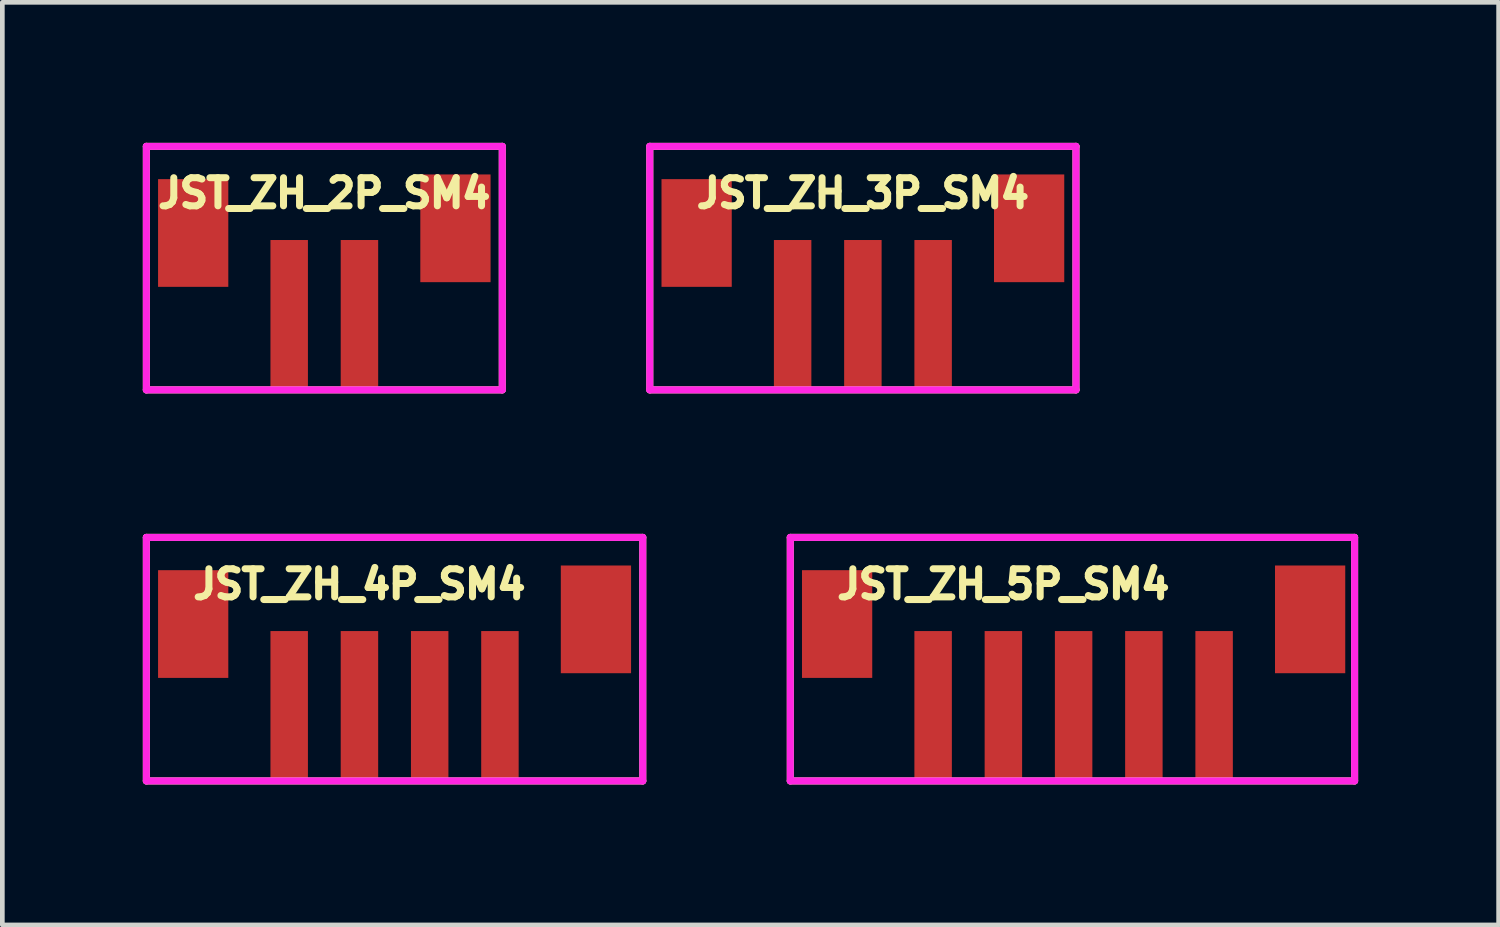
<source format=kicad_pcb>
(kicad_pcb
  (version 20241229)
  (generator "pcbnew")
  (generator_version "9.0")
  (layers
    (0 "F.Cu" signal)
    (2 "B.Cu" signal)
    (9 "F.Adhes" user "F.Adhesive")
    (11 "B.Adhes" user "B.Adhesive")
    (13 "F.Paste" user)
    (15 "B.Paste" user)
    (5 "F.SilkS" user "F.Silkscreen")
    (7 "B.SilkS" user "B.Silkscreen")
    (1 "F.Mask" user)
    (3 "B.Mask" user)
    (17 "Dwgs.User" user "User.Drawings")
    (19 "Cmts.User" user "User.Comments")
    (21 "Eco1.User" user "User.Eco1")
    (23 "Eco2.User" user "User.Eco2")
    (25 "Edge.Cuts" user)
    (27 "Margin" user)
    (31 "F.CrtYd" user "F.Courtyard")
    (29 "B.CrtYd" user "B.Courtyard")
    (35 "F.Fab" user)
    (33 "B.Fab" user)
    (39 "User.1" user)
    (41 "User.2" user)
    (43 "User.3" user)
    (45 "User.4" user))
  (footprint "JST_ZH_4P_SM4"
    (layer "F.Cu")
    (at 5.375 10.275)
    (property "Reference" "JST_ZH_4P_SM4" (at -0.75 -0.85 0) (layer "F.SilkS") (effects (font (size 0.6 0.6) (thickness 0.15))))
    (attr through_hole)
    (fp_line (start -5.3 -1.85) (end 5.3 -1.85) (stroke (width 0.15) (type solid)) (layer "F.SilkS"))
    (fp_line (start -5.3 3.35) (end -5.3 -1.85) (stroke (width 0.15) (type solid)) (layer "F.SilkS"))
    (fp_line (start 5.3 -1.85) (end 5.3 3.35) (stroke (width 0.15) (type solid)) (layer "F.SilkS"))
    (fp_line (start 5.3 3.35) (end -5.3 3.35) (stroke (width 0.15) (type solid)) (layer "F.SilkS"))
    (fp_line (start -5.3 -1.85) (end 5.3 -1.85) (stroke (width 0.15) (type solid)) (layer "F.CrtYd"))
    (fp_line (start -5.3 3.35) (end -5.3 -1.85) (stroke (width 0.15) (type solid)) (layer "F.CrtYd"))
    (fp_line (start 5.3 -1.85) (end 5.3 3.35) (stroke (width 0.15) (type solid)) (layer "F.CrtYd"))
    (fp_line (start 5.3 3.35) (end -5.3 3.35) (stroke (width 0.15) (type solid)) (layer "F.CrtYd"))
    (pad "1" smd rect (at -2.25 1.75) (size 0.8 3.2) (layers "F.Cu" "F.Mask" "F.Paste"))
    (pad "2" smd rect (at -0.75 1.75) (size 0.8 3.2) (layers "F.Cu" "F.Mask" "F.Paste"))
    (pad "3" smd rect (at 0.75 1.75) (size 0.8 3.2) (layers "F.Cu" "F.Mask" "F.Paste"))
    (pad "4" smd rect (at 2.25 1.75) (size 0.8 3.2) (layers "F.Cu" "F.Mask" "F.Paste"))
    (pad "MP" smd rect (at -4.3 0) (size 1.5 2.3) (layers "F.Cu" "F.Mask" "F.Paste"))
    (pad "MP" smd rect (at 4.3 -0.1) (size 1.5 2.3) (layers "F.Cu" "F.Mask" "F.Paste")))
  (footprint "JST_ZH_3P_SM4"
    (layer "F.Cu")
    (at 16.125 1.925)
    (property "Reference" "JST_ZH_3P_SM4" (at -0.75 -0.85 0) (layer "F.SilkS") (effects (font (size 0.6 0.6) (thickness 0.15))))
    (attr through_hole)
    (fp_line (start -5.3 -1.85) (end 3.8 -1.85) (stroke (width 0.15) (type solid)) (layer "F.SilkS"))
    (fp_line (start -5.3 3.35) (end -5.3 -1.85) (stroke (width 0.15) (type solid)) (layer "F.SilkS"))
    (fp_line (start 3.8 -1.85) (end 3.8 3.35) (stroke (width 0.15) (type solid)) (layer "F.SilkS"))
    (fp_line (start 3.8 3.35) (end -5.3 3.35) (stroke (width 0.15) (type solid)) (layer "F.SilkS"))
    (fp_line (start -5.3 -1.85) (end 3.8 -1.85) (stroke (width 0.15) (type solid)) (layer "F.CrtYd"))
    (fp_line (start -5.3 3.35) (end -5.3 -1.85) (stroke (width 0.15) (type solid)) (layer "F.CrtYd"))
    (fp_line (start 3.8 -1.85) (end 3.8 3.35) (stroke (width 0.15) (type solid)) (layer "F.CrtYd"))
    (fp_line (start 3.8 3.35) (end -5.3 3.35) (stroke (width 0.15) (type solid)) (layer "F.CrtYd"))
    (pad "1" smd rect (at -2.25 1.75) (size 0.8 3.2) (layers "F.Cu" "F.Mask" "F.Paste"))
    (pad "2" smd rect (at -0.75 1.75) (size 0.8 3.2) (layers "F.Cu" "F.Mask" "F.Paste"))
    (pad "3" smd rect (at 0.75 1.75) (size 0.8 3.2) (layers "F.Cu" "F.Mask" "F.Paste"))
    (pad "MP" smd rect (at -4.3 0) (size 1.5 2.3) (layers "F.Cu" "F.Mask" "F.Paste"))
    (pad "MP" smd rect (at 2.8 -0.1) (size 1.5 2.3) (layers "F.Cu" "F.Mask" "F.Paste")))
  (footprint "JST_ZH_5P_SM4"
    (layer "F.Cu")
    (at 19.875 10.275)
    (property "Reference" "JST_ZH_5P_SM4" (at -1.5 -0.85 0) (layer "F.SilkS") (effects (font (size 0.6 0.6) (thickness 0.15))))
    (attr through_hole)
    (fp_line (start -6.05 -1.85) (end 6 -1.85) (stroke (width 0.15) (type solid)) (layer "F.SilkS"))
    (fp_line (start -6.05 3.35) (end -6.05 -1.85) (stroke (width 0.15) (type solid)) (layer "F.SilkS"))
    (fp_line (start 6 -1.85) (end 6 3.35) (stroke (width 0.15) (type solid)) (layer "F.SilkS"))
    (fp_line (start 6 3.35) (end -6.05 3.35) (stroke (width 0.15) (type solid)) (layer "F.SilkS"))
    (fp_line (start -6.05 -1.85) (end 6 -1.85) (stroke (width 0.15) (type solid)) (layer "F.CrtYd"))
    (fp_line (start -6.05 3.35) (end -6.05 -1.85) (stroke (width 0.15) (type solid)) (layer "F.CrtYd"))
    (fp_line (start 6 -1.85) (end 6 3.35) (stroke (width 0.15) (type solid)) (layer "F.CrtYd"))
    (fp_line (start 6 3.35) (end -6.05 3.35) (stroke (width 0.15) (type solid)) (layer "F.CrtYd"))
    (pad "1" smd rect (at -3 1.75) (size 0.8 3.2) (layers "F.Cu" "F.Mask" "F.Paste"))
    (pad "2" smd rect (at -1.5 1.75) (size 0.8 3.2) (layers "F.Cu" "F.Mask" "F.Paste"))
    (pad "3" smd rect (at 0 1.75) (size 0.8 3.2) (layers "F.Cu" "F.Mask" "F.Paste"))
    (pad "4" smd rect (at 1.5 1.75) (size 0.8 3.2) (layers "F.Cu" "F.Mask" "F.Paste"))
    (pad "5" smd rect (at 3 1.75) (size 0.8 3.2) (layers "F.Cu" "F.Mask" "F.Paste"))
    (pad "MP" smd rect (at -5.05 0) (size 1.5 2.3) (layers "F.Cu" "F.Mask" "F.Paste"))
    (pad "MP" smd rect (at 5.05 -0.1) (size 1.5 2.3) (layers "F.Cu" "F.Mask" "F.Paste")))
  (footprint "JST_ZH_2P_SM4"
    (layer "F.Cu")
    (at 3.875 1.925)
    (property "Reference" "JST_ZH_2P_SM4" (at 0 -0.85 0) (layer "F.SilkS") (effects (font (size 0.6 0.6) (thickness 0.15))))
    (attr through_hole)
    (fp_line (start -3.8 -1.85) (end 3.8 -1.85) (stroke (width 0.15) (type solid)) (layer "F.SilkS"))
    (fp_line (start -3.8 3.35) (end -3.8 -1.85) (stroke (width 0.15) (type solid)) (layer "F.SilkS"))
    (fp_line (start 3.8 -1.85) (end 3.8 3.35) (stroke (width 0.15) (type solid)) (layer "F.SilkS"))
    (fp_line (start 3.8 3.35) (end -3.8 3.35) (stroke (width 0.15) (type solid)) (layer "F.SilkS"))
    (fp_line (start -3.8 -1.85) (end 3.8 -1.85) (stroke (width 0.15) (type solid)) (layer "F.CrtYd"))
    (fp_line (start -3.8 3.35) (end -3.8 -1.85) (stroke (width 0.15) (type solid)) (layer "F.CrtYd"))
    (fp_line (start 3.8 -1.85) (end 3.8 3.35) (stroke (width 0.15) (type solid)) (layer "F.CrtYd"))
    (fp_line (start 3.8 3.35) (end -3.8 3.35) (stroke (width 0.15) (type solid)) (layer "F.CrtYd"))
    (pad "1" smd rect (at -0.75 1.75) (size 0.8 3.2) (layers "F.Cu" "F.Mask" "F.Paste"))
    (pad "2" smd rect (at 0.75 1.75) (size 0.8 3.2) (layers "F.Cu" "F.Mask" "F.Paste"))
    (pad "MP" smd rect (at -2.8 0) (size 1.5 2.3) (layers "F.Cu" "F.Mask" "F.Paste"))
    (pad "MP" smd rect (at 2.8 -0.1) (size 1.5 2.3) (layers "F.Cu" "F.Mask" "F.Paste")))
  (gr_rect
    (start -3 -3)
    (end 28.95 16.7)
    (stroke (width 0.1) (type default))
    (fill no)
    (layer "Edge.Cuts")))
</source>
